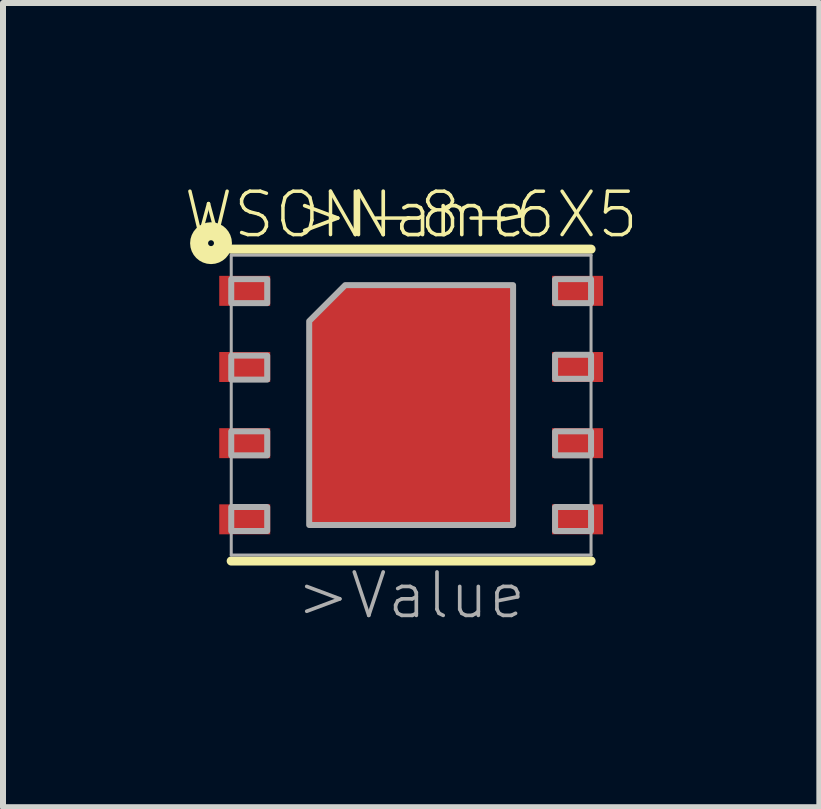
<source format=kicad_pcb>
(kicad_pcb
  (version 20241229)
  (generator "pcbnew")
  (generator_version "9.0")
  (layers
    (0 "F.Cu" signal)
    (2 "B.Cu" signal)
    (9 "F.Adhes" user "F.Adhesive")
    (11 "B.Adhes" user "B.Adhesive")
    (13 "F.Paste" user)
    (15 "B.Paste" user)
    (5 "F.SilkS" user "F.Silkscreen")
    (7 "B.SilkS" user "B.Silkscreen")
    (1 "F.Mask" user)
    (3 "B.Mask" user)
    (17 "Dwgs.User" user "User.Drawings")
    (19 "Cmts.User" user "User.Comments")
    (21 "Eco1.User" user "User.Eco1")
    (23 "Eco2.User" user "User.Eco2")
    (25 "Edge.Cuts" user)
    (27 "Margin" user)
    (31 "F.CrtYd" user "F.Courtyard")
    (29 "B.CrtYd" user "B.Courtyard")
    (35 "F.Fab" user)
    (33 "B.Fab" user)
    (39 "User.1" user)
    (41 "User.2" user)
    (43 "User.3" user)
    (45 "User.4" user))
  (footprint "WSON-8-6X5"
    (layer "F.Cu")
    (at 3.806 3.705)
    (property "Reference" "WSON-8-6X5" (at 0 -3.175 0) (layer "F.SilkS") (effects (font (size 0.724 0.724) (thickness 0.058))))
    (attr through_hole)
    (fp_poly (pts (xy -1.7 -1.4) (xy -1.1 -2) (xy 1.7 -2) (xy 1.7 2) (xy -1.7 2)) (stroke (width 0) (type solid)) (fill yes) (layer "F.Cu"))
    (fp_poly (pts (xy -1.8 -1.475) (xy -1.15 -2.125) (xy 1.8 -2.125) (xy 1.8 2.1) (xy -1.8 2.1)) (stroke (width 0) (type solid)) (fill yes) (layer "F.Mask"))
    (fp_line (start -3 -2.6) (end 3 -2.6) (stroke (width 0.152) (type solid)) (layer "F.SilkS"))
    (fp_line (start -3 2.6) (end 3 2.6) (stroke (width 0.152) (type solid)) (layer "F.SilkS"))
    (fp_circle (center -3.337 -2.7) (end -3.288 -2.7) (stroke (width 0.3) (type solid)) (fill no) (layer "F.SilkS"))
    (fp_poly (pts (xy -0.4 0.4) (xy 0.4 0.4) (xy 0.4 -0.4) (xy -0.4 -0.4)) (stroke (width 0) (type solid)) (fill yes) (layer "F.Paste"))
    (fp_line (start -3 -2.5) (end 3 -2.5) (stroke (width 0.05) (type solid)) (layer "F.Fab"))
    (fp_line (start -3 2.5) (end -3 -2.5) (stroke (width 0.05) (type solid)) (layer "F.Fab"))
    (fp_line (start 3 -2.5) (end 3 2.5) (stroke (width 0.05) (type solid)) (layer "F.Fab"))
    (fp_line (start 3 2.5) (end -3 2.5) (stroke (width 0.05) (type solid)) (layer "F.Fab"))
    (fp_poly (pts (xy -3 -1.7) (xy -2.4 -1.7) (xy -2.4 -2.1) (xy -3 -2.1)) (stroke (width 0.1) (type solid)) (fill no) (layer "F.Fab"))
    (fp_poly (pts (xy -3 -0.425) (xy -2.4 -0.425) (xy -2.4 -0.825) (xy -3 -0.825)) (stroke (width 0.1) (type solid)) (fill no) (layer "F.Fab"))
    (fp_poly (pts (xy -3 0.838) (xy -2.4 0.838) (xy -2.4 0.438) (xy -3 0.438)) (stroke (width 0.1) (type solid)) (fill no) (layer "F.Fab"))
    (fp_poly (pts (xy -3 2.1) (xy -2.4 2.1) (xy -2.4 1.7) (xy -3 1.7)) (stroke (width 0.1) (type solid)) (fill no) (layer "F.Fab"))
    (fp_poly (pts (xy 2.4 -1.7) (xy 3 -1.7) (xy 3 -2.1) (xy 2.4 -2.1)) (stroke (width 0.1) (type solid)) (fill no) (layer "F.Fab"))
    (fp_poly (pts (xy 2.4 -0.438) (xy 3 -0.438) (xy 3 -0.838) (xy 2.4 -0.838)) (stroke (width 0.1) (type solid)) (fill no) (layer "F.Fab"))
    (fp_poly (pts (xy 2.4 0.838) (xy 3 0.838) (xy 3 0.438) (xy 2.4 0.438)) (stroke (width 0.1) (type solid)) (fill no) (layer "F.Fab"))
    (fp_poly (pts (xy 2.4 2.1) (xy 3 2.1) (xy 3 1.7) (xy 2.4 1.7)) (stroke (width 0.1) (type solid)) (fill no) (layer "F.Fab"))
    (fp_poly (pts (xy -1.7 -1.4) (xy -1.1 -2) (xy 1.7 -2) (xy 1.7 2) (xy -1.7 2)) (stroke (width 0.1) (type solid)) (fill no) (layer "F.Fab"))
    (fp_text user ">Name" (at 0 -3.175 0) (layer "F.SilkS") (effects (font (size 0.724 0.724) (thickness 0.061))))
    (fp_text user ">Value" (at 0 3.175 0) (layer "F.Fab") (effects (font (size 0.724 0.724) (thickness 0.061))))
    (pad "1" smd rect (at -2.775 -1.905 90) (size 0.5 0.85) (layers "F.Cu" "F.Mask" "F.Paste"))
    (pad "2" smd rect (at -2.775 -0.635 90) (size 0.5 0.85) (layers "F.Cu" "F.Mask" "F.Paste"))
    (pad "3" smd rect (at -2.775 0.635 90) (size 0.5 0.85) (layers "F.Cu" "F.Mask" "F.Paste"))
    (pad "4" smd rect (at -2.775 1.905 90) (size 0.5 0.85) (layers "F.Cu" "F.Mask" "F.Paste"))
    (pad "5" smd rect (at 2.775 1.905 90) (size 0.5 0.85) (layers "F.Cu" "F.Mask" "F.Paste"))
    (pad "6" smd rect (at 2.775 0.635 90) (size 0.5 0.85) (layers "F.Cu" "F.Mask" "F.Paste"))
    (pad "7" smd rect (at 2.775 -0.635 90) (size 0.5 0.85) (layers "F.Cu" "F.Mask" "F.Paste"))
    (pad "8" smd rect (at 2.775 -1.905 90) (size 0.5 0.85) (layers "F.Cu" "F.Mask" "F.Paste")))
  (gr_rect
    (start -3 -3)
    (end 10.613 10.411)
    (stroke (width 0.1) (type default))
    (fill no)
    (layer "Edge.Cuts")))
</source>
